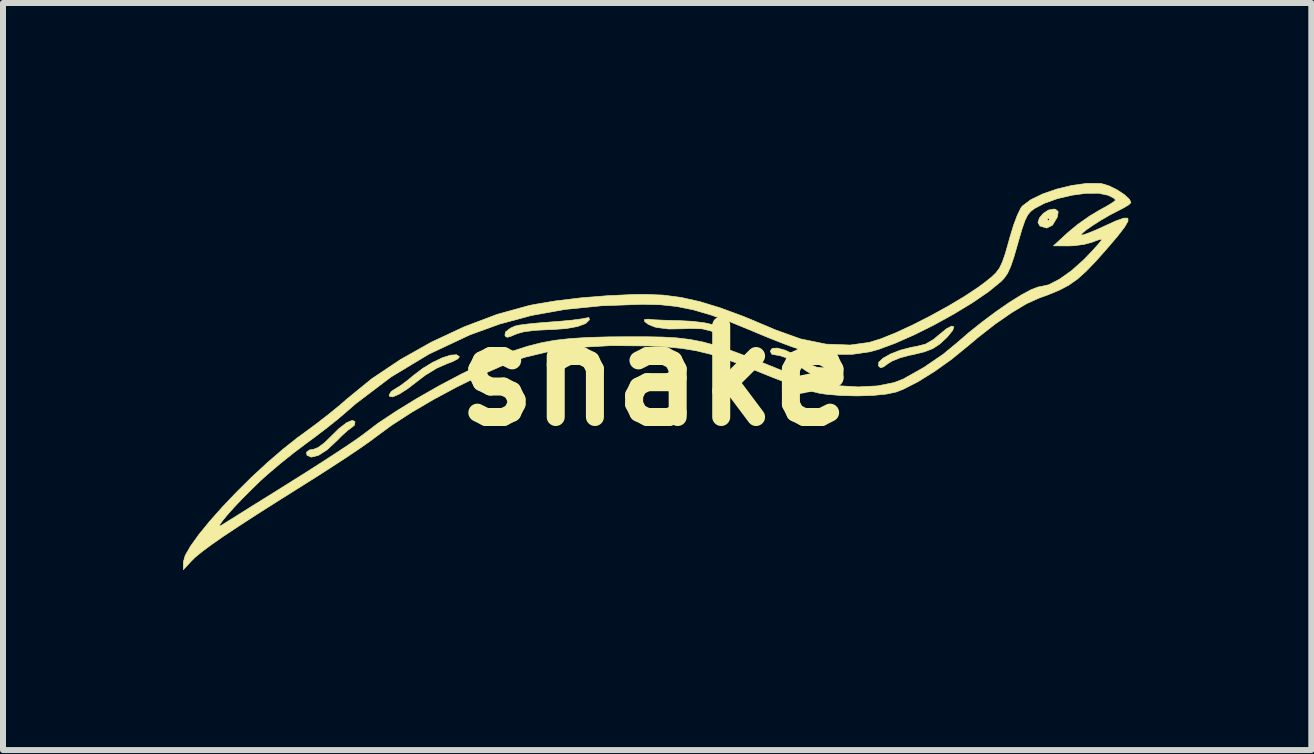
<source format=kicad_pcb>
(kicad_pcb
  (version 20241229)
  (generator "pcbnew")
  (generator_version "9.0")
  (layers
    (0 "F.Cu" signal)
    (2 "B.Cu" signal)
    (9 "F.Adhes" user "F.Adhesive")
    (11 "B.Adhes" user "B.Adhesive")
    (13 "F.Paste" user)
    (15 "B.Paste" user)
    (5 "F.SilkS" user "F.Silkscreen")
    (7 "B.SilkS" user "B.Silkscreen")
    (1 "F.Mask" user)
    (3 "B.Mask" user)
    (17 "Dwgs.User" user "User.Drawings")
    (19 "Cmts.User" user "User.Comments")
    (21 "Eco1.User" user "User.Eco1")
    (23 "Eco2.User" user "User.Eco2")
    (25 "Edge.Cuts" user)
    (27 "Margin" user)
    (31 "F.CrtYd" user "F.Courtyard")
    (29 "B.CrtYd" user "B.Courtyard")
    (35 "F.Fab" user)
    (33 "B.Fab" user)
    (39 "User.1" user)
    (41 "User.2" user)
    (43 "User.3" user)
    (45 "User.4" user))
  (footprint "snake"
    (layer "F.Cu")
    (at 7.879 3.209)
    (property "Reference" "snake" (at 0 0 0) (layer "F.SilkS") (effects (font (size 1.524 1.524) (thickness 0.3))))
    (attr through_hole)
    (fp_poly (pts (xy -5.014 0.765) (xy -5.021 0.823) (xy -5.063 0.859) (xy -5.136 0.913) (xy -5.239 1.006) (xy -5.313 1.081) (xy -5.48 1.237) (xy -5.626 1.33) (xy -5.743 1.358) (xy -5.813 1.328) (xy -5.824 1.277) (xy -5.771 1.238) (xy -5.706 1.228) (xy -5.628 1.197) (xy -5.521 1.118) (xy -5.444 1.043) (xy -5.283 0.884) (xy -5.153 0.784) (xy -5.06 0.745) (xy -5.014 0.765)) (stroke (width 0.01) (type solid)) (fill yes) (layer "F.SilkS"))
    (fp_poly (pts (xy 6.662 -2.769) (xy 6.703 -2.733) (xy 6.693 -2.659) (xy 6.684 -2.633) (xy 6.608 -2.506) (xy 6.512 -2.459) (xy 6.399 -2.493) (xy 6.399 -2.493) (xy 6.366 -2.551) (xy 6.383 -2.603) (xy 6.519 -2.603) (xy 6.54 -2.582) (xy 6.562 -2.603) (xy 6.54 -2.625) (xy 6.519 -2.603) (xy 6.383 -2.603) (xy 6.391 -2.628) (xy 6.456 -2.704) (xy 6.542 -2.759) (xy 6.633 -2.776) (xy 6.662 -2.769)) (stroke (width 0.01) (type solid)) (fill yes) (layer "F.SilkS"))
    (fp_poly (pts (xy -3.273 -0.315) (xy -3.301 -0.279) (xy -3.39 -0.233) (xy -3.481 -0.199) (xy -3.652 -0.124) (xy -3.843 -0.007) (xy -3.96 0.082) (xy -4.138 0.219) (xy -4.283 0.311) (xy -4.386 0.354) (xy -4.439 0.345) (xy -4.445 0.323) (xy -4.411 0.265) (xy -4.347 0.223) (xy -4.263 0.172) (xy -4.145 0.084) (xy -4.042 -0.001) (xy -3.887 -0.119) (xy -3.721 -0.22) (xy -3.561 -0.296) (xy -3.422 -0.341) (xy -3.321 -0.348) (xy -3.273 -0.315)) (stroke (width 0.01) (type solid)) (fill yes) (layer "F.SilkS"))
    (fp_poly (pts (xy -0.106 -0.938) (xy -0.028 -0.931) (xy 0.112 -0.924) (xy 0.287 -0.919) (xy 0.381 -0.917) (xy 0.61 -0.905) (xy 0.811 -0.88) (xy 0.97 -0.844) (xy 1.071 -0.801) (xy 1.101 -0.761) (xy 1.071 -0.71) (xy 0.982 -0.718) (xy 0.91 -0.746) (xy 0.771 -0.78) (xy 0.566 -0.786) (xy 0.466 -0.781) (xy 0.216 -0.777) (xy 0.016 -0.802) (xy -0.027 -0.813) (xy -0.131 -0.857) (xy -0.188 -0.902) (xy -0.191 -0.934) (xy -0.13 -0.941) (xy -0.106 -0.938)) (stroke (width 0.01) (type solid)) (fill yes) (layer "F.SilkS"))
    (fp_poly (pts (xy -1.107 -0.935) (xy -1.109 -0.928) (xy -1.171 -0.868) (xy -1.304 -0.819) (xy -1.497 -0.784) (xy -1.737 -0.767) (xy -1.811 -0.765) (xy -2.025 -0.754) (xy -2.207 -0.729) (xy -2.314 -0.699) (xy -2.421 -0.654) (xy -2.475 -0.639) (xy -2.5 -0.649) (xy -2.516 -0.673) (xy -2.506 -0.728) (xy -2.424 -0.791) (xy -2.349 -0.825) (xy -2.275 -0.842) (xy -2.136 -0.86) (xy -1.954 -0.878) (xy -1.778 -0.892) (xy -1.574 -0.908) (xy -1.392 -0.925) (xy -1.255 -0.943) (xy -1.19 -0.955) (xy -1.118 -0.968) (xy -1.107 -0.935)) (stroke (width 0.01) (type solid)) (fill yes) (layer "F.SilkS"))
    (fp_poly (pts (xy 2.153 -0.424) (xy 2.304 -0.353) (xy 2.434 -0.274) (xy 2.571 -0.186) (xy 2.678 -0.142) (xy 2.789 -0.13) (xy 2.86 -0.132) (xy 2.987 -0.129) (xy 3.065 -0.107) (xy 3.084 -0.074) (xy 3.033 -0.039) (xy 2.997 -0.027) (xy 2.86 -0.007) (xy 2.708 -0.008) (xy 2.59 -0.029) (xy 2.585 -0.031) (xy 2.519 -0.069) (xy 2.414 -0.14) (xy 2.339 -0.197) (xy 2.189 -0.291) (xy 2.057 -0.336) (xy 2.029 -0.339) (xy 1.933 -0.356) (xy 1.905 -0.408) (xy 1.938 -0.455) (xy 2.025 -0.459) (xy 2.153 -0.424)) (stroke (width 0.01) (type solid)) (fill yes) (layer "F.SilkS"))
    (fp_poly (pts (xy 4.965 -0.815) (xy 4.946 -0.755) (xy 4.862 -0.651) (xy 4.845 -0.633) (xy 4.729 -0.526) (xy 4.615 -0.451) (xy 4.475 -0.397) (xy 4.284 -0.35) (xy 4.225 -0.339) (xy 4.072 -0.298) (xy 3.938 -0.244) (xy 3.88 -0.209) (xy 3.791 -0.145) (xy 3.741 -0.132) (xy 3.708 -0.163) (xy 3.708 -0.164) (xy 3.714 -0.224) (xy 3.787 -0.292) (xy 3.913 -0.362) (xy 4.075 -0.425) (xy 4.258 -0.472) (xy 4.333 -0.485) (xy 4.49 -0.524) (xy 4.627 -0.603) (xy 4.723 -0.684) (xy 4.845 -0.783) (xy 4.928 -0.825) (xy 4.965 -0.815)) (stroke (width 0.01) (type solid)) (fill yes) (layer "F.SilkS"))
    (fp_poly (pts (xy 7.402 -3.202) (xy 7.428 -3.199) (xy 7.551 -3.162) (xy 7.685 -3.096) (xy 7.806 -3.016) (xy 7.891 -2.937) (xy 7.916 -2.883) (xy 7.882 -2.849) (xy 7.793 -2.795) (xy 7.721 -2.758) (xy 7.568 -2.679) (xy 7.413 -2.589) (xy 7.272 -2.499) (xy 7.16 -2.421) (xy 7.094 -2.364) (xy 7.085 -2.341) (xy 7.131 -2.348) (xy 7.235 -2.386) (xy 7.38 -2.447) (xy 7.478 -2.493) (xy 7.669 -2.58) (xy 7.798 -2.625) (xy 7.864 -2.624) (xy 7.867 -2.574) (xy 7.809 -2.474) (xy 7.69 -2.32) (xy 7.536 -2.139) (xy 7.335 -1.912) (xy 7.169 -1.739) (xy 7.023 -1.608) (xy 6.879 -1.507) (xy 6.721 -1.424) (xy 6.533 -1.346) (xy 6.378 -1.29) (xy 6.175 -1.198) (xy 5.93 -1.051) (xy 5.655 -0.861) (xy 5.365 -0.634) (xy 5.203 -0.498) (xy 4.926 -0.272) (xy 4.641 -0.069) (xy 4.368 0.101) (xy 4.123 0.226) (xy 4.01 0.271) (xy 3.844 0.307) (xy 3.619 0.33) (xy 3.361 0.338) (xy 3.094 0.332) (xy 2.843 0.311) (xy 2.728 0.294) (xy 2.602 0.263) (xy 2.418 0.204) (xy 2.197 0.126) (xy 1.957 0.034) (xy 1.813 -0.024) (xy 1.461 -0.166) (xy 1.166 -0.275) (xy 0.909 -0.357) (xy 0.67 -0.415) (xy 0.431 -0.454) (xy 0.172 -0.479) (xy -0.126 -0.495) (xy -0.148 -0.495) (xy -0.749 -0.5) (xy -1.292 -0.47) (xy -1.77 -0.405) (xy -2.178 -0.307) (xy -2.215 -0.295) (xy -2.547 -0.171) (xy -2.919 -0.007) (xy -3.312 0.186) (xy -3.705 0.397) (xy -4.078 0.616) (xy -4.409 0.831) (xy -4.662 1.017) (xy -4.776 1.102) (xy -4.948 1.222) (xy -5.164 1.367) (xy -5.409 1.527) (xy -5.671 1.695) (xy -5.821 1.789) (xy -6.265 2.068) (xy -6.641 2.307) (xy -6.954 2.51) (xy -7.209 2.679) (xy -7.411 2.82) (xy -7.564 2.934) (xy -7.675 3.025) (xy -7.736 3.085) (xy -7.874 3.234) (xy -7.874 3.106) (xy -7.843 2.996) (xy -7.754 2.841) (xy -7.617 2.65) (xy -7.501 2.508) (xy -7.269 2.508) (xy -7.239 2.494) (xy -7.176 2.454) (xy -7.052 2.377) (xy -6.877 2.267) (xy -6.66 2.131) (xy -6.412 1.977) (xy -6.144 1.809) (xy -6.096 1.779) (xy -5.819 1.605) (xy -5.556 1.437) (xy -5.318 1.282) (xy -5.117 1.149) (xy -4.965 1.045) (xy -4.872 0.977) (xy -4.866 0.972) (xy -4.625 0.79) (xy -4.322 0.589) (xy -3.978 0.378) (xy -3.611 0.169) (xy -3.238 -0.028) (xy -2.88 -0.203) (xy -2.553 -0.345) (xy -2.371 -0.414) (xy -2.142 -0.488) (xy -1.92 -0.545) (xy -1.69 -0.588) (xy -1.435 -0.617) (xy -1.14 -0.636) (xy -0.788 -0.646) (xy -0.491 -0.648) (xy -0.166 -0.648) (xy 0.109 -0.643) (xy 0.348 -0.629) (xy 0.566 -0.603) (xy 0.777 -0.562) (xy 0.998 -0.503) (xy 1.241 -0.423) (xy 1.523 -0.318) (xy 1.856 -0.184) (xy 2.138 -0.069) (xy 2.391 0.029) (xy 2.604 0.095) (xy 2.811 0.139) (xy 3.019 0.167) (xy 3.373 0.188) (xy 3.694 0.171) (xy 3.965 0.117) (xy 4.122 0.057) (xy 4.467 -0.138) (xy 4.785 -0.355) (xy 5.004 -0.535) (xy 5.216 -0.718) (xy 5.443 -0.899) (xy 5.673 -1.07) (xy 5.893 -1.222) (xy 6.092 -1.346) (xy 6.256 -1.434) (xy 6.373 -1.478) (xy 6.401 -1.482) (xy 6.545 -1.514) (xy 6.724 -1.606) (xy 6.922 -1.746) (xy 7.123 -1.925) (xy 7.162 -1.964) (xy 7.283 -2.091) (xy 7.375 -2.194) (xy 7.428 -2.259) (xy 7.435 -2.274) (xy 7.391 -2.268) (xy 7.3 -2.236) (xy 7.268 -2.223) (xy 7.136 -2.187) (xy 6.968 -2.165) (xy 6.87 -2.161) (xy 6.625 -2.163) (xy 6.864 -2.383) (xy 7.031 -2.521) (xy 7.226 -2.658) (xy 7.382 -2.752) (xy 7.517 -2.826) (xy 7.616 -2.887) (xy 7.661 -2.924) (xy 7.662 -2.926) (xy 7.627 -2.959) (xy 7.543 -3.002) (xy 7.533 -3.006) (xy 7.377 -3.039) (xy 7.168 -3.038) (xy 6.932 -3.006) (xy 6.693 -2.95) (xy 6.474 -2.872) (xy 6.307 -2.784) (xy 6.244 -2.735) (xy 6.195 -2.676) (xy 6.152 -2.59) (xy 6.106 -2.461) (xy 6.05 -2.271) (xy 6.028 -2.193) (xy 5.964 -1.971) (xy 5.91 -1.814) (xy 5.859 -1.703) (xy 5.803 -1.623) (xy 5.75 -1.568) (xy 5.543 -1.399) (xy 5.276 -1.216) (xy 4.968 -1.029) (xy 4.639 -0.847) (xy 4.306 -0.681) (xy 3.99 -0.541) (xy 3.709 -0.437) (xy 3.565 -0.397) (xy 3.278 -0.356) (xy 2.953 -0.354) (xy 2.624 -0.389) (xy 2.392 -0.44) (xy 2.273 -0.479) (xy 2.099 -0.544) (xy 1.891 -0.626) (xy 1.671 -0.717) (xy 1.63 -0.735) (xy 1.245 -0.893) (xy 0.914 -1.012) (xy 0.622 -1.097) (xy 0.349 -1.152) (xy 0.078 -1.181) (xy -0.209 -1.188) (xy -0.233 -1.188) (xy -0.905 -1.164) (xy -1.514 -1.103) (xy -2.076 -1.002) (xy -2.605 -0.859) (xy -3.098 -0.68) (xy -3.783 -0.358) (xy -4.413 0.022) (xy -5.002 0.468) (xy -5.169 0.613) (xy -5.303 0.727) (xy -5.481 0.869) (xy -5.677 1.019) (xy -5.825 1.128) (xy -6.035 1.286) (xy -6.262 1.468) (xy -6.473 1.647) (xy -6.584 1.747) (xy -6.738 1.896) (xy -6.888 2.046) (xy -7.024 2.19) (xy -7.138 2.317) (xy -7.222 2.419) (xy -7.268 2.486) (xy -7.269 2.508) (xy -7.501 2.508) (xy -7.439 2.431) (xy -7.228 2.194) (xy -6.993 1.947) (xy -6.743 1.699) (xy -6.484 1.459) (xy -6.226 1.236) (xy -5.977 1.038) (xy -5.86 0.953) (xy -5.658 0.804) (xy -5.447 0.64) (xy -5.256 0.484) (xy -5.151 0.392) (xy -4.737 0.054) (xy -4.258 -0.267) (xy -3.737 -0.56) (xy -3.193 -0.814) (xy -2.648 -1.02) (xy -2.121 -1.166) (xy -2.041 -1.183) (xy -1.672 -1.245) (xy -1.25 -1.296) (xy -0.804 -1.332) (xy -0.367 -1.352) (xy -0.176 -1.354) (xy 0.12 -1.342) (xy 0.419 -1.303) (xy 0.733 -1.233) (xy 1.076 -1.128) (xy 1.461 -0.986) (xy 1.902 -0.801) (xy 1.979 -0.767) (xy 2.41 -0.612) (xy 2.834 -0.525) (xy 3.239 -0.51) (xy 3.556 -0.554) (xy 3.75 -0.614) (xy 3.995 -0.713) (xy 4.274 -0.842) (xy 4.569 -0.992) (xy 4.862 -1.153) (xy 5.136 -1.316) (xy 5.373 -1.473) (xy 5.485 -1.556) (xy 5.591 -1.641) (xy 5.668 -1.715) (xy 5.726 -1.793) (xy 5.774 -1.895) (xy 5.823 -2.037) (xy 5.88 -2.237) (xy 5.905 -2.328) (xy 5.962 -2.512) (xy 6.023 -2.674) (xy 6.079 -2.789) (xy 6.104 -2.824) (xy 6.244 -2.93) (xy 6.446 -3.028) (xy 6.685 -3.11) (xy 6.94 -3.171) (xy 7.187 -3.204) (xy 7.402 -3.202)) (stroke (width 0.01) (type solid)) (fill yes) (layer "F.SilkS")))
  (gr_rect
    (start -3 -3)
    (end 18.8 9.448)
    (stroke (width 0.1) (type default))
    (fill no)
    (layer "Edge.Cuts")))
</source>
